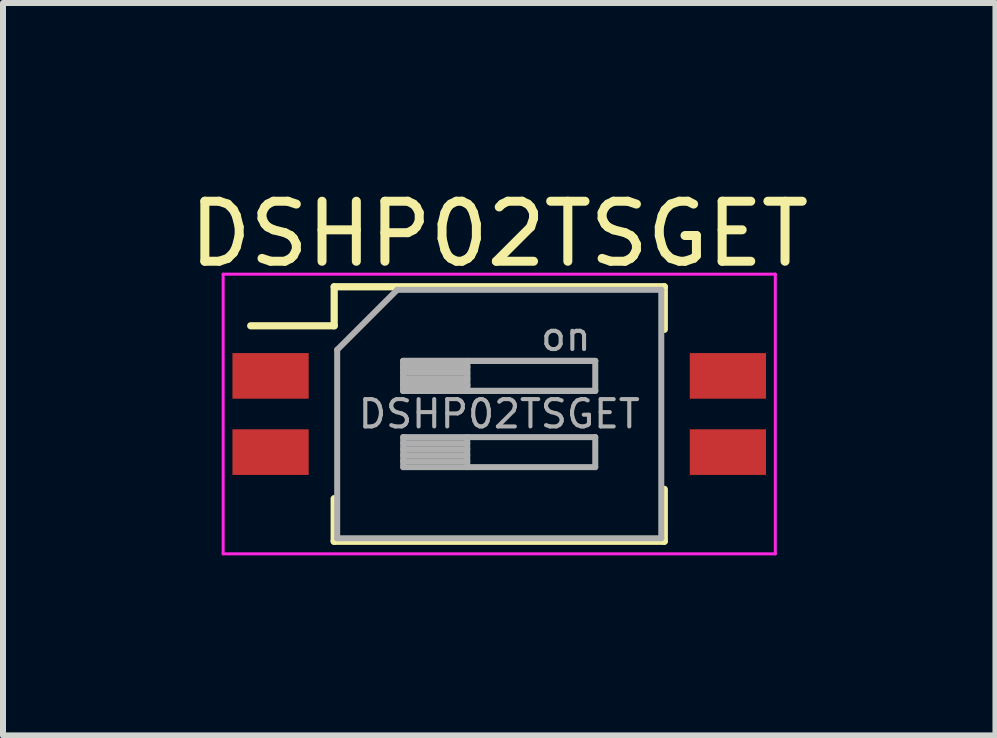
<source format=kicad_pcb>
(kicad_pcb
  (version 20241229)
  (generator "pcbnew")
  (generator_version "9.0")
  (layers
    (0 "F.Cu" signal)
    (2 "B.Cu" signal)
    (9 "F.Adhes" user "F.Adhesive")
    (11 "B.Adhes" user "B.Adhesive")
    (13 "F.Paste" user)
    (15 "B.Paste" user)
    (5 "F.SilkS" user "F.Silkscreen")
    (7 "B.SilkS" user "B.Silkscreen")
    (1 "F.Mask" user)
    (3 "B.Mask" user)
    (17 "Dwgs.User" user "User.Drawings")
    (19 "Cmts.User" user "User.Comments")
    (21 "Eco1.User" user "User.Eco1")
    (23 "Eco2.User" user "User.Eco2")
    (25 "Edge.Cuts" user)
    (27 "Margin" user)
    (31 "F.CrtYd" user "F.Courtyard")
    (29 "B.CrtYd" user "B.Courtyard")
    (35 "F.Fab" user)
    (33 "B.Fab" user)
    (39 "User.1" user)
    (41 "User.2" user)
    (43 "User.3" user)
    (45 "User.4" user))
  (footprint "DSHP02TSGET"
    (layer "F.Cu")
    (at 5.268 3.848)
    (property "Reference" "DSHP02TSGET" (at 0 -3 0) (layer "F.SilkS") (effects (font (size 1 1) (thickness 0.15))))
    (attr smd)
    (fp_line (start -4.141 -1.47) (end -2.75 -1.47) (stroke (width 0.12) (type solid)) (layer "F.SilkS"))
    (fp_line (start -2.75 -2.12) (end -2.75 -1.47) (stroke (width 0.12) (type solid)) (layer "F.SilkS"))
    (fp_line (start -2.75 -2.12) (end 2.75 -2.12) (stroke (width 0.12) (type solid)) (layer "F.SilkS"))
    (fp_line (start -2.75 1.41) (end -2.75 2.12) (stroke (width 0.12) (type solid)) (layer "F.SilkS"))
    (fp_line (start -2.75 2.12) (end 2.75 2.12) (stroke (width 0.12) (type solid)) (layer "F.SilkS"))
    (fp_line (start 2.75 -2.12) (end 2.75 -1.41) (stroke (width 0.12) (type solid)) (layer "F.SilkS"))
    (fp_line (start 2.75 1.255) (end 2.75 2.12) (stroke (width 0.12) (type solid)) (layer "F.SilkS"))
    (fp_line (start -4.6 -2.33) (end -4.6 2.33) (stroke (width 0.05) (type solid)) (layer "F.CrtYd"))
    (fp_line (start -4.6 2.33) (end 4.6 2.33) (stroke (width 0.05) (type solid)) (layer "F.CrtYd"))
    (fp_line (start 4.6 -2.33) (end -4.6 -2.33) (stroke (width 0.05) (type solid)) (layer "F.CrtYd"))
    (fp_line (start 4.6 2.33) (end 4.6 -2.33) (stroke (width 0.05) (type solid)) (layer "F.CrtYd"))
    (fp_line (start -2.7 -1.07) (end -1.7 -2.07) (stroke (width 0.1) (type solid)) (layer "F.Fab"))
    (fp_line (start -2.7 2.07) (end -2.7 -1.07) (stroke (width 0.1) (type solid)) (layer "F.Fab"))
    (fp_line (start -1.7 -2.07) (end 2.7 -2.07) (stroke (width 0.1) (type solid)) (layer "F.Fab"))
    (fp_line (start -1.6 -0.885) (end -1.6 -0.385) (stroke (width 0.1) (type solid)) (layer "F.Fab"))
    (fp_line (start -1.6 -0.885) (end -1.6 -0.385) (stroke (width 0.1) (type solid)) (layer "F.Fab"))
    (fp_line (start -1.6 -0.785) (end -0.533 -0.785) (stroke (width 0.1) (type solid)) (layer "F.Fab"))
    (fp_line (start -1.6 -0.785) (end -0.533 -0.785) (stroke (width 0.1) (type solid)) (layer "F.Fab"))
    (fp_line (start -1.6 -0.685) (end -0.533 -0.685) (stroke (width 0.1) (type solid)) (layer "F.Fab"))
    (fp_line (start -1.6 -0.585) (end -0.533 -0.585) (stroke (width 0.1) (type solid)) (layer "F.Fab"))
    (fp_line (start -1.6 -0.585) (end -0.533 -0.585) (stroke (width 0.1) (type solid)) (layer "F.Fab"))
    (fp_line (start -1.6 -0.485) (end -0.533 -0.485) (stroke (width 0.1) (type solid)) (layer "F.Fab"))
    (fp_line (start -1.6 -0.485) (end -0.533 -0.485) (stroke (width 0.1) (type solid)) (layer "F.Fab"))
    (fp_line (start -1.6 -0.385) (end 1.6 -0.385) (stroke (width 0.1) (type solid)) (layer "F.Fab"))
    (fp_line (start -1.6 -0.385) (end 1.6 -0.385) (stroke (width 0.1) (type solid)) (layer "F.Fab"))
    (fp_line (start -1.6 0.385) (end -1.6 0.885) (stroke (width 0.1) (type solid)) (layer "F.Fab"))
    (fp_line (start -1.6 0.485) (end -0.533 0.485) (stroke (width 0.1) (type solid)) (layer "F.Fab"))
    (fp_line (start -1.6 0.585) (end -0.533 0.585) (stroke (width 0.1) (type solid)) (layer "F.Fab"))
    (fp_line (start -1.6 0.685) (end -0.533 0.685) (stroke (width 0.1) (type solid)) (layer "F.Fab"))
    (fp_line (start -1.6 0.785) (end -0.533 0.785) (stroke (width 0.1) (type solid)) (layer "F.Fab"))
    (fp_line (start -1.6 0.885) (end 1.6 0.885) (stroke (width 0.1) (type solid)) (layer "F.Fab"))
    (fp_line (start -0.533 -0.885) (end -0.533 -0.385) (stroke (width 0.1) (type solid)) (layer "F.Fab"))
    (fp_line (start -0.533 -0.885) (end -0.533 -0.385) (stroke (width 0.1) (type solid)) (layer "F.Fab"))
    (fp_line (start -0.533 0.385) (end -0.533 0.885) (stroke (width 0.1) (type solid)) (layer "F.Fab"))
    (fp_line (start 1.6 -0.885) (end -1.6 -0.885) (stroke (width 0.1) (type solid)) (layer "F.Fab"))
    (fp_line (start 1.6 -0.885) (end -1.6 -0.885) (stroke (width 0.1) (type solid)) (layer "F.Fab"))
    (fp_line (start 1.6 -0.385) (end 1.6 -0.885) (stroke (width 0.1) (type solid)) (layer "F.Fab"))
    (fp_line (start 1.6 0.385) (end -1.6 0.385) (stroke (width 0.1) (type solid)) (layer "F.Fab"))
    (fp_line (start 1.6 0.885) (end 1.6 0.385) (stroke (width 0.1) (type solid)) (layer "F.Fab"))
    (fp_line (start 2.7 -2.07) (end 2.7 2.07) (stroke (width 0.1) (type solid)) (layer "F.Fab"))
    (fp_line (start 2.7 2.07) (end -2.7 2.07) (stroke (width 0.1) (type solid)) (layer "F.Fab"))
    (fp_text user "${REFERENCE}" (at 0 0 180) (layer "F.Fab") (effects (font (size 0.455 0.455) (thickness 0.068))))
    (fp_text user "on" (at 1.11 -1.29 0) (layer "F.Fab") (effects (font (size 0.455 0.455) (thickness 0.068))))
    (pad "1" smd rect (at -3.81 -0.635) (size 1.27 0.76) (layers "F.Cu" "F.Mask" "F.Paste"))
    (pad "2" smd rect (at -3.81 0.635) (size 1.27 0.76) (layers "F.Cu" "F.Mask" "F.Paste"))
    (pad "3" smd rect (at 3.81 0.635) (size 1.27 0.76) (layers "F.Cu" "F.Mask" "F.Paste"))
    (pad "4" smd rect (at 3.81 -0.635) (size 1.27 0.76) (layers "F.Cu" "F.Mask" "F.Paste")))
  (gr_rect
    (start -3 -3)
    (end 13.536 9.203)
    (stroke (width 0.1) (type default))
    (fill no)
    (layer "Edge.Cuts")))
</source>
